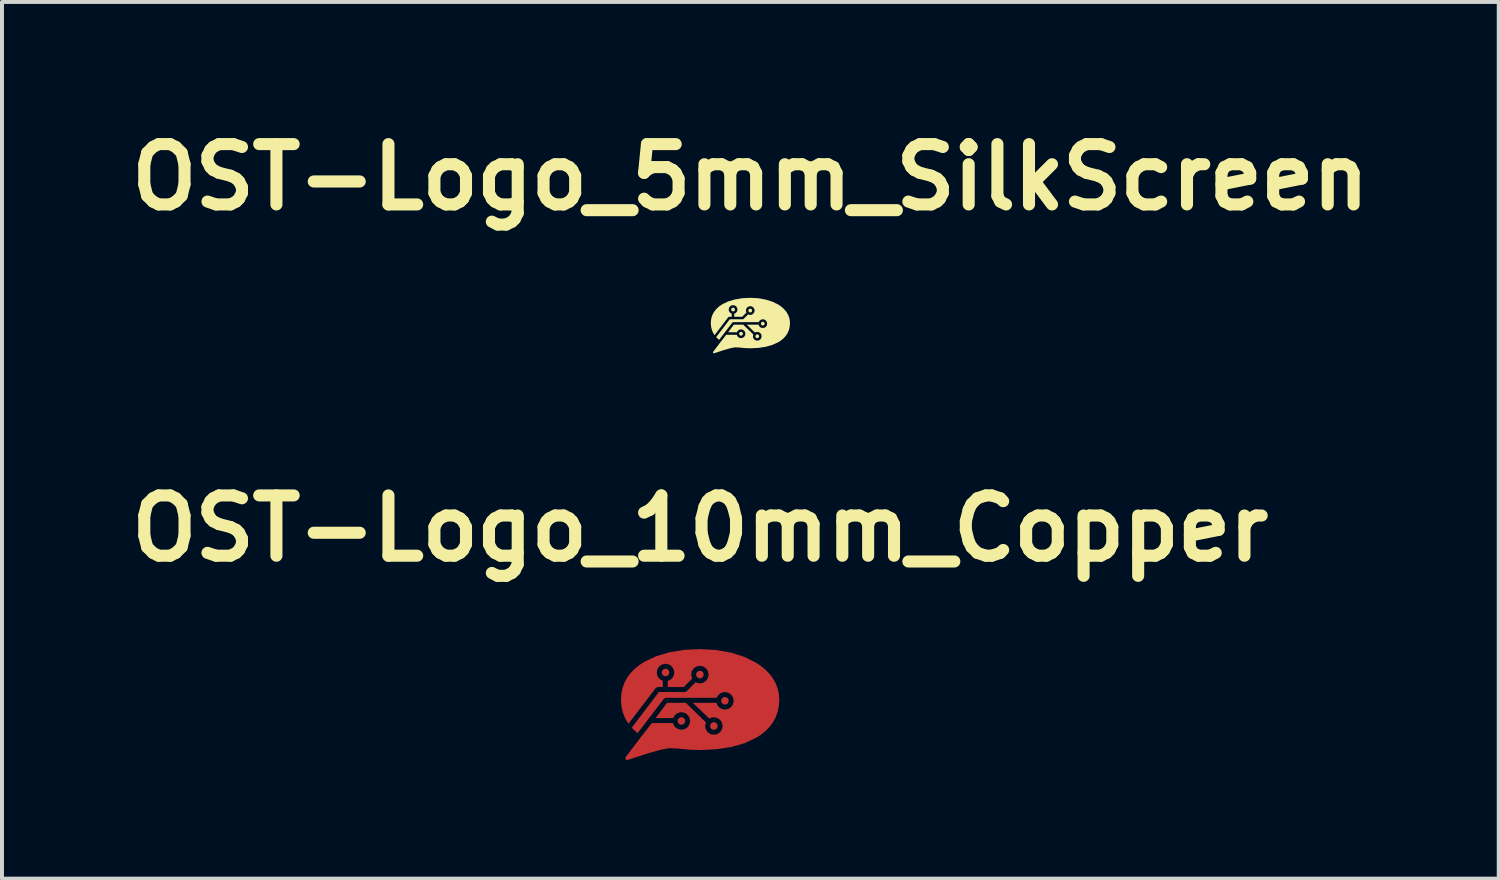
<source format=kicad_pcb>
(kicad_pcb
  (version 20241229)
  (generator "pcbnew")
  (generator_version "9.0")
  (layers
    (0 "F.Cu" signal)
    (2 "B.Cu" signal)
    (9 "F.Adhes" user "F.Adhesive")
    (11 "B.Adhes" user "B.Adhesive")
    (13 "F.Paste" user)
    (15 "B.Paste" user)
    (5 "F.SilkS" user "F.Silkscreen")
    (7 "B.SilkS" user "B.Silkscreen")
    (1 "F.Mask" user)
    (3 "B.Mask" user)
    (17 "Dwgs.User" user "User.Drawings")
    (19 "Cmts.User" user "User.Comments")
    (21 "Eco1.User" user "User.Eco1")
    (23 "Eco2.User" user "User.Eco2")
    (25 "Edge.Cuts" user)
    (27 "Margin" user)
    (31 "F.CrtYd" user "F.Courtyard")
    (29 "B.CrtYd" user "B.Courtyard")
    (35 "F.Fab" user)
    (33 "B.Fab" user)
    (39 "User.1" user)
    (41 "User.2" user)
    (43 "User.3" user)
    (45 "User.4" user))
  (footprint "OST-Logo_5mm_SilkScreen"
    (layer "F.Cu")
    (at 15.908 5.174)
    (property "Reference" "OST-Logo_5mm_SilkScreen" (at 0 -3.748 0) (layer "F.SilkS") (effects (font (size 1.524 1.524) (thickness 0.305))))
    (attr exclude_from_pos_files exclude_from_bom)
    (fp_poly (pts (xy -0.437 -0.452) (xy -0.456 -0.448) (xy -0.471 -0.438) (xy -0.481 -0.423) (xy -0.484 -0.404) (xy -0.481 -0.385) (xy -0.471 -0.37) (xy -0.456 -0.36) (xy -0.437 -0.356) (xy -0.418 -0.36) (xy -0.403 -0.37) (xy -0.393 -0.385) (xy -0.389 -0.404) (xy -0.393 -0.423) (xy -0.403 -0.438) (xy -0.418 -0.448) (xy -0.437 -0.452)) (stroke (width 0) (type solid)) (fill yes) (layer "F.SilkS"))
    (fp_poly (pts (xy -0.236 0.16) (xy -0.255 0.164) (xy -0.27 0.174) (xy -0.28 0.189) (xy -0.284 0.208) (xy -0.28 0.227) (xy -0.27 0.242) (xy -0.255 0.252) (xy -0.236 0.256) (xy -0.218 0.252) (xy -0.203 0.242) (xy -0.192 0.227) (xy -0.189 0.208) (xy -0.192 0.189) (xy -0.203 0.174) (xy -0.218 0.164) (xy -0.236 0.16)) (stroke (width 0) (type solid)) (fill yes) (layer "F.SilkS"))
    (fp_poly (pts (xy -0.003 -0.426) (xy -0.022 -0.422) (xy -0.037 -0.412) (xy -0.047 -0.397) (xy -0.051 -0.378) (xy -0.047 -0.359) (xy -0.037 -0.344) (xy -0.022 -0.334) (xy -0.003 -0.33) (xy 0.016 -0.334) (xy 0.031 -0.344) (xy 0.041 -0.359) (xy 0.045 -0.378) (xy 0.041 -0.397) (xy 0.031 -0.412) (xy 0.016 -0.422) (xy -0.003 -0.426)) (stroke (width 0) (type solid)) (fill yes) (layer "F.SilkS"))
    (fp_poly (pts (xy 0.174 0.224) (xy 0.155 0.227) (xy 0.14 0.238) (xy 0.13 0.253) (xy 0.126 0.271) (xy 0.13 0.29) (xy 0.14 0.305) (xy 0.155 0.315) (xy 0.174 0.319) (xy 0.192 0.315) (xy 0.207 0.305) (xy 0.218 0.29) (xy 0.221 0.271) (xy 0.218 0.253) (xy 0.207 0.238) (xy 0.192 0.227) (xy 0.174 0.224)) (stroke (width 0) (type solid)) (fill yes) (layer "F.SilkS"))
    (fp_poly (pts (xy 0.314 -0.095) (xy 0.295 -0.091) (xy 0.28 -0.081) (xy 0.27 -0.066) (xy 0.266 -0.047) (xy 0.27 -0.028) (xy 0.28 -0.013) (xy 0.295 -0.003) (xy 0.314 0.001) (xy 0.332 -0.003) (xy 0.347 -0.013) (xy 0.357 -0.028) (xy 0.361 -0.047) (xy 0.357 -0.066) (xy 0.347 -0.081) (xy 0.332 -0.091) (xy 0.314 -0.095)) (stroke (width 0) (type solid)) (fill yes) (layer "F.SilkS"))
    (fp_poly (pts (xy -0.000016 -0.7) (xy -0.202 -0.69) (xy -0.389 -0.659) (xy -0.559 -0.609) (xy -0.707 -0.538) (xy -0.772 -0.496) (xy -0.829 -0.448) (xy -0.879 -0.396) (xy -0.921 -0.339) (xy -0.955 -0.277) (xy -0.98 -0.21) (xy -0.995 -0.139) (xy -1 -0.062) (xy -0.994 0.024) (xy -0.975 0.103) (xy -0.946 0.177) (xy -0.905 0.244) (xy -0.56 -0.209) (xy -0.535 -0.221) (xy -0.472 -0.221) (xy -0.472 -0.299) (xy -0.502 -0.315) (xy -0.526 -0.339) (xy -0.542 -0.369) (xy -0.548 -0.404) (xy -0.539 -0.447) (xy -0.515 -0.482) (xy -0.48 -0.506) (xy -0.437 -0.515) (xy -0.394 -0.506) (xy -0.359 -0.482) (xy -0.335 -0.447) (xy -0.326 -0.404) (xy -0.332 -0.368) (xy -0.35 -0.336) (xy -0.376 -0.312) (xy -0.408 -0.297) (xy -0.408 -0.221) (xy -0.207 -0.22) (xy -0.101 -0.327) (xy -0.114 -0.378) (xy -0.105 -0.421) (xy -0.081 -0.456) (xy -0.046 -0.48) (xy -0.003 -0.489) (xy 0.04 -0.48) (xy 0.075 -0.456) (xy 0.099 -0.421) (xy 0.108 -0.378) (xy 0.099 -0.335) (xy 0.075 -0.3) (xy 0.04 -0.276) (xy -0.003 -0.267) (xy -0.031 -0.271) (xy -0.057 -0.282) (xy -0.172 -0.166) (xy -0.194 -0.157) (xy -0.52 -0.158) (xy -0.865 0.294) (xy -0.79 0.363) (xy -0.458 -0.073) (xy -0.433 -0.085) (xy 0.21 -0.085) (xy 0.226 -0.114) (xy 0.25 -0.137) (xy 0.28 -0.152) (xy 0.314 -0.158) (xy 0.357 -0.149) (xy 0.392 -0.125) (xy 0.416 -0.09) (xy 0.424 -0.047) (xy 0.416 -0.004) (xy 0.392 0.032) (xy 0.357 0.055) (xy 0.314 0.064) (xy 0.276 0.058) (xy 0.245 0.04) (xy 0.221 0.012) (xy 0.206 -0.022) (xy -0.092 -0.022) (xy 0.115 0.178) (xy 0.143 0.165) (xy 0.174 0.161) (xy 0.217 0.169) (xy 0.252 0.193) (xy 0.276 0.228) (xy 0.284 0.271) (xy 0.276 0.315) (xy 0.252 0.35) (xy 0.217 0.374) (xy 0.174 0.383) (xy 0.131 0.374) (xy 0.096 0.35) (xy 0.072 0.315) (xy 0.063 0.271) (xy 0.074 0.225) (xy -0.181 -0.022) (xy -0.418 -0.022) (xy -0.561 0.171) (xy -0.34 0.171) (xy -0.324 0.142) (xy -0.3 0.118) (xy -0.271 0.102) (xy -0.236 0.097) (xy -0.193 0.106) (xy -0.158 0.13) (xy -0.134 0.165) (xy -0.126 0.208) (xy -0.134 0.251) (xy -0.158 0.286) (xy -0.193 0.31) (xy -0.236 0.319) (xy -0.273 0.313) (xy -0.305 0.295) (xy -0.329 0.268) (xy -0.343 0.234) (xy -0.61 0.234) (xy -0.739 0.399) (xy -0.932 0.653) (xy -0.944 0.674) (xy -0.941 0.695) (xy -0.929 0.7) (xy -0.914 0.699) (xy -0.895 0.694) (xy -0.684 0.625) (xy -0.515 0.576) (xy -0.392 0.551) (xy -0.279 0.556) (xy -0.143 0.57) (xy -0.000011 0.575) (xy 0.202 0.566) (xy 0.389 0.537) (xy 0.559 0.489) (xy 0.707 0.421) (xy 0.772 0.379) (xy 0.829 0.332) (xy 0.879 0.28) (xy 0.921 0.223) (xy 0.955 0.16) (xy 0.98 0.091) (xy 0.995 0.017) (xy 1 -0.063) (xy 0.995 -0.134) (xy 0.98 -0.202) (xy 0.955 -0.267) (xy 0.921 -0.327) (xy 0.879 -0.384) (xy 0.829 -0.436) (xy 0.772 -0.484) (xy 0.707 -0.528) (xy 0.559 -0.601) (xy 0.389 -0.655) (xy 0.202 -0.689) (xy -0.000011 -0.7) (xy -0.000016 -0.7)) (stroke (width 0) (type solid)) (fill yes) (layer "F.SilkS")))
  (footprint "OST-Logo_10mm_Copper"
    (layer "F.Cu")
    (at 14.638 14.749)
    (property "Reference" "OST-Logo_10mm_Copper" (at 0 -4.448 0) (layer "F.SilkS") (effects (font (size 1.524 1.524) (thickness 0.305))))
    (attr exclude_from_pos_files exclude_from_bom)
    (fp_poly (pts (xy -0.874 -0.904) (xy -0.911 -0.896) (xy -0.941 -0.876) (xy -0.961 -0.846) (xy -0.969 -0.808) (xy -0.961 -0.771) (xy -0.941 -0.74) (xy -0.911 -0.72) (xy -0.874 -0.713) (xy -0.836 -0.72) (xy -0.806 -0.74) (xy -0.786 -0.771) (xy -0.779 -0.808) (xy -0.786 -0.846) (xy -0.806 -0.876) (xy -0.836 -0.896) (xy -0.874 -0.904)) (stroke (width 0) (type solid)) (fill yes) (layer "F.Cu"))
    (fp_poly (pts (xy -0.473 0.32) (xy -0.51 0.328) (xy -0.54 0.348) (xy -0.56 0.378) (xy -0.568 0.416) (xy -0.56 0.453) (xy -0.54 0.484) (xy -0.51 0.504) (xy -0.473 0.511) (xy -0.435 0.504) (xy -0.405 0.484) (xy -0.385 0.453) (xy -0.377 0.416) (xy -0.385 0.378) (xy -0.405 0.348) (xy -0.435 0.328) (xy -0.473 0.32)) (stroke (width 0) (type solid)) (fill yes) (layer "F.Cu"))
    (fp_poly (pts (xy -0.006 -0.852) (xy -0.043 -0.844) (xy -0.073 -0.824) (xy -0.094 -0.794) (xy -0.101 -0.756) (xy -0.094 -0.719) (xy -0.073 -0.688) (xy -0.043 -0.668) (xy -0.006 -0.661) (xy 0.031 -0.668) (xy 0.062 -0.688) (xy 0.082 -0.719) (xy 0.089 -0.756) (xy 0.082 -0.794) (xy 0.062 -0.824) (xy 0.031 -0.844) (xy -0.006 -0.852)) (stroke (width 0) (type solid)) (fill yes) (layer "F.Cu"))
    (fp_poly (pts (xy 0.347 0.447) (xy 0.31 0.455) (xy 0.28 0.475) (xy 0.26 0.505) (xy 0.252 0.543) (xy 0.26 0.58) (xy 0.28 0.611) (xy 0.31 0.631) (xy 0.347 0.638) (xy 0.385 0.631) (xy 0.415 0.611) (xy 0.435 0.58) (xy 0.443 0.543) (xy 0.435 0.505) (xy 0.415 0.475) (xy 0.385 0.455) (xy 0.347 0.447)) (stroke (width 0) (type solid)) (fill yes) (layer "F.Cu"))
    (fp_poly (pts (xy 0.627 -0.189) (xy 0.59 -0.182) (xy 0.56 -0.162) (xy 0.539 -0.131) (xy 0.532 -0.094) (xy 0.539 -0.056) (xy 0.56 -0.026) (xy 0.59 -0.006) (xy 0.627 0.002) (xy 0.664 -0.006) (xy 0.695 -0.026) (xy 0.715 -0.056) (xy 0.722 -0.094) (xy 0.715 -0.131) (xy 0.695 -0.162) (xy 0.664 -0.182) (xy 0.627 -0.189)) (stroke (width 0) (type solid)) (fill yes) (layer "F.Cu"))
    (fp_poly (pts (xy -0.000032 -1.4) (xy -0.403 -1.38) (xy -0.779 -1.318) (xy -1.118 -1.217) (xy -1.414 -1.076) (xy -1.543 -0.991) (xy -1.658 -0.896) (xy -1.759 -0.792) (xy -1.843 -0.677) (xy -1.91 -0.554) (xy -1.959 -0.42) (xy -1.99 -0.277) (xy -2 -0.125) (xy -1.987 0.047) (xy -1.951 0.207) (xy -1.891 0.353) (xy -1.81 0.487) (xy -1.12 -0.418) (xy -1.07 -0.442) (xy -0.943 -0.442) (xy -0.943 -0.599) (xy -1.004 -0.63) (xy -1.052 -0.678) (xy -1.084 -0.739) (xy -1.095 -0.808) (xy -1.078 -0.894) (xy -1.03 -0.965) (xy -0.96 -1.013) (xy -0.874 -1.03) (xy -0.788 -1.013) (xy -0.718 -0.965) (xy -0.67 -0.894) (xy -0.653 -0.808) (xy -0.665 -0.735) (xy -0.699 -0.673) (xy -0.752 -0.624) (xy -0.817 -0.595) (xy -0.817 -0.442) (xy -0.415 -0.44) (xy -0.201 -0.654) (xy -0.227 -0.756) (xy -0.21 -0.842) (xy -0.162 -0.913) (xy -0.092 -0.96) (xy -0.006 -0.978) (xy 0.08 -0.96) (xy 0.15 -0.913) (xy 0.198 -0.842) (xy 0.215 -0.756) (xy 0.198 -0.67) (xy 0.15 -0.599) (xy 0.08 -0.552) (xy -0.006 -0.534) (xy -0.062 -0.542) (xy -0.114 -0.563) (xy -0.344 -0.332) (xy -0.389 -0.313) (xy -1.04 -0.316) (xy -1.729 0.588) (xy -1.58 0.725) (xy -0.916 -0.146) (xy -0.866 -0.17) (xy 0.42 -0.17) (xy 0.452 -0.228) (xy 0.5 -0.274) (xy 0.559 -0.305) (xy 0.627 -0.316) (xy 0.713 -0.298) (xy 0.783 -0.25) (xy 0.831 -0.18) (xy 0.849 -0.094) (xy 0.831 -0.008) (xy 0.783 0.063) (xy 0.713 0.111) (xy 0.627 0.129) (xy 0.553 0.115) (xy 0.489 0.079) (xy 0.441 0.025) (xy 0.412 -0.043) (xy -0.184 -0.043) (xy 0.231 0.355) (xy 0.286 0.33) (xy 0.347 0.321) (xy 0.433 0.339) (xy 0.504 0.386) (xy 0.551 0.457) (xy 0.569 0.543) (xy 0.551 0.629) (xy 0.504 0.7) (xy 0.433 0.748) (xy 0.347 0.765) (xy 0.262 0.748) (xy 0.191 0.7) (xy 0.144 0.629) (xy 0.126 0.543) (xy 0.147 0.451) (xy -0.362 -0.043) (xy -0.836 -0.043) (xy -1.122 0.343) (xy -0.68 0.343) (xy -0.648 0.283) (xy -0.601 0.236) (xy -0.541 0.205) (xy -0.473 0.194) (xy -0.387 0.211) (xy -0.316 0.259) (xy -0.269 0.33) (xy -0.251 0.416) (xy -0.269 0.502) (xy -0.316 0.573) (xy -0.387 0.62) (xy -0.473 0.638) (xy -0.546 0.625) (xy -0.61 0.59) (xy -0.658 0.536) (xy -0.687 0.469) (xy -1.22 0.469) (xy -1.477 0.799) (xy -1.864 1.306) (xy -1.887 1.347) (xy -1.881 1.39) (xy -1.858 1.4) (xy -1.828 1.398) (xy -1.791 1.387) (xy -1.367 1.249) (xy -1.031 1.152) (xy -0.783 1.102) (xy -0.559 1.112) (xy -0.286 1.14) (xy -0.000022 1.15) (xy 0.403 1.131) (xy 0.778 1.075) (xy 1.118 0.979) (xy 1.414 0.842) (xy 1.543 0.759) (xy 1.658 0.665) (xy 1.759 0.56) (xy 1.843 0.445) (xy 1.91 0.319) (xy 1.959 0.182) (xy 1.99 0.034) (xy 2 -0.125) (xy 1.99 -0.268) (xy 1.959 -0.405) (xy 1.91 -0.533) (xy 1.843 -0.654) (xy 1.759 -0.768) (xy 1.658 -0.872) (xy 1.543 -0.969) (xy 1.414 -1.056) (xy 1.118 -1.203) (xy 0.778 -1.311) (xy 0.403 -1.377) (xy -0.000022 -1.4) (xy -0.000032 -1.4)) (stroke (width 0) (type solid)) (fill yes) (layer "F.Cu")))
  (gr_rect
    (start -3 -3)
    (end 34.815 19.149)
    (stroke (width 0.1) (type default))
    (fill no)
    (layer "Edge.Cuts")))
</source>
